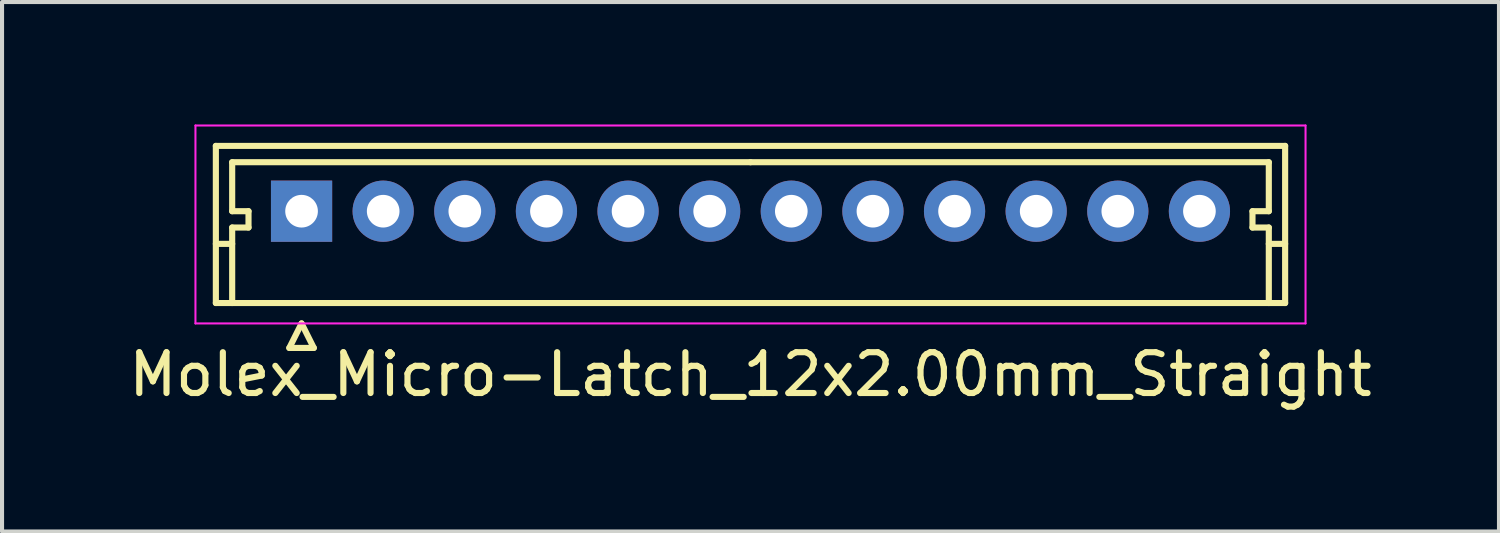
<source format=kicad_pcb>
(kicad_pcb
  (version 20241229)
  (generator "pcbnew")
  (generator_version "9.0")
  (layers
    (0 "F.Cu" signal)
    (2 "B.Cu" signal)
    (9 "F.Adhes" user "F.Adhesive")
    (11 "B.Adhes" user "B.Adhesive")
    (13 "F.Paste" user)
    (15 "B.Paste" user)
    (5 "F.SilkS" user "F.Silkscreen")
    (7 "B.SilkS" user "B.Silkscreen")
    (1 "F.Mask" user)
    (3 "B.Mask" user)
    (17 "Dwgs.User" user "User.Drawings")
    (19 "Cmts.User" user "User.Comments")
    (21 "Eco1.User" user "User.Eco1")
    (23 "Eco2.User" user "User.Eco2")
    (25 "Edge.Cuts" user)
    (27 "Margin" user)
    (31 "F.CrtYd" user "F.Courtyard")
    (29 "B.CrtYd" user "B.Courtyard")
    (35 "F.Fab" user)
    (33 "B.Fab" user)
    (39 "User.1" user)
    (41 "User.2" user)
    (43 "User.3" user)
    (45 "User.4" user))
  (footprint "Molex_Micro-Latch_12x2.00mm_Straight"
    (layer "F.Cu")
    (at 4.339 2.125)
    (property "Reference" "Molex_Micro-Latch_12x2.00mm_Straight" (at 11 4 0) (layer "F.SilkS") (effects (font (size 1 1) (thickness 0.15))))
    (attr through_hole)
    (fp_line (start -2.1 -1.6) (end -2.1 2.25) (stroke (width 0.15) (type solid)) (layer "F.SilkS"))
    (fp_line (start -2.1 0.8) (end -1.7 0.8) (stroke (width 0.15) (type solid)) (layer "F.SilkS"))
    (fp_line (start -2.1 2.25) (end 24.1 2.25) (stroke (width 0.15) (type solid)) (layer "F.SilkS"))
    (fp_line (start -1.7 -1.2) (end -1.7 0) (stroke (width 0.15) (type solid)) (layer "F.SilkS"))
    (fp_line (start -1.7 0) (end -1.3 0) (stroke (width 0.15) (type solid)) (layer "F.SilkS"))
    (fp_line (start -1.7 0.4) (end -1.7 2.25) (stroke (width 0.15) (type solid)) (layer "F.SilkS"))
    (fp_line (start -1.3 0) (end -1.3 0.4) (stroke (width 0.15) (type solid)) (layer "F.SilkS"))
    (fp_line (start -1.3 0.4) (end -1.7 0.4) (stroke (width 0.15) (type solid)) (layer "F.SilkS"))
    (fp_line (start -0.3 3.35) (end 0.3 3.35) (stroke (width 0.15) (type solid)) (layer "F.SilkS"))
    (fp_line (start 0 2.75) (end -0.3 3.35) (stroke (width 0.15) (type solid)) (layer "F.SilkS"))
    (fp_line (start 0.3 3.35) (end 0 2.75) (stroke (width 0.15) (type solid)) (layer "F.SilkS"))
    (fp_line (start 11 -1.2) (end -1.7 -1.2) (stroke (width 0.15) (type solid)) (layer "F.SilkS"))
    (fp_line (start 11 -1.2) (end 23.7 -1.2) (stroke (width 0.15) (type solid)) (layer "F.SilkS"))
    (fp_line (start 23.3 0) (end 23.3 0.4) (stroke (width 0.15) (type solid)) (layer "F.SilkS"))
    (fp_line (start 23.3 0.4) (end 23.7 0.4) (stroke (width 0.15) (type solid)) (layer "F.SilkS"))
    (fp_line (start 23.7 -1.2) (end 23.7 0) (stroke (width 0.15) (type solid)) (layer "F.SilkS"))
    (fp_line (start 23.7 0) (end 23.3 0) (stroke (width 0.15) (type solid)) (layer "F.SilkS"))
    (fp_line (start 23.7 0.4) (end 23.7 2.25) (stroke (width 0.15) (type solid)) (layer "F.SilkS"))
    (fp_line (start 24.1 -1.6) (end -2.1 -1.6) (stroke (width 0.15) (type solid)) (layer "F.SilkS"))
    (fp_line (start 24.1 0.8) (end 23.7 0.8) (stroke (width 0.15) (type solid)) (layer "F.SilkS"))
    (fp_line (start 24.1 2.25) (end 24.1 -1.6) (stroke (width 0.15) (type solid)) (layer "F.SilkS"))
    (fp_line (start -2.6 -2.1) (end -2.6 2.75) (stroke (width 0.05) (type solid)) (layer "F.CrtYd"))
    (fp_line (start -2.6 2.75) (end 24.6 2.75) (stroke (width 0.05) (type solid)) (layer "F.CrtYd"))
    (fp_line (start 24.6 -2.1) (end -2.6 -2.1) (stroke (width 0.05) (type solid)) (layer "F.CrtYd"))
    (fp_line (start 24.6 2.75) (end 24.6 -2.1) (stroke (width 0.05) (type solid)) (layer "F.CrtYd"))
    (pad "1" thru_hole rect (at 0 0) (size 1.5 1.5) (drill 0.8) (layers "*.Cu" "*.Mask"))
    (pad "2" thru_hole circle (at 2 0) (size 1.5 1.5) (drill 0.8) (layers "*.Cu" "*.Mask"))
    (pad "3" thru_hole circle (at 4 0) (size 1.5 1.5) (drill 0.8) (layers "*.Cu" "*.Mask"))
    (pad "4" thru_hole circle (at 6 0) (size 1.5 1.5) (drill 0.8) (layers "*.Cu" "*.Mask"))
    (pad "5" thru_hole circle (at 8 0) (size 1.5 1.5) (drill 0.8) (layers "*.Cu" "*.Mask"))
    (pad "6" thru_hole circle (at 10 0) (size 1.5 1.5) (drill 0.8) (layers "*.Cu" "*.Mask"))
    (pad "7" thru_hole circle (at 12 0) (size 1.5 1.5) (drill 0.8) (layers "*.Cu" "*.Mask"))
    (pad "8" thru_hole circle (at 14 0) (size 1.5 1.5) (drill 0.8) (layers "*.Cu" "*.Mask"))
    (pad "9" thru_hole circle (at 16 0) (size 1.5 1.5) (drill 0.8) (layers "*.Cu" "*.Mask"))
    (pad "10" thru_hole circle (at 18 0) (size 1.5 1.5) (drill 0.8) (layers "*.Cu" "*.Mask"))
    (pad "11" thru_hole circle (at 20 0) (size 1.5 1.5) (drill 0.8) (layers "*.Cu" "*.Mask"))
    (pad "12" thru_hole circle (at 22 0) (size 1.5 1.5) (drill 0.8) (layers "*.Cu" "*.Mask")))
  (gr_rect
    (start -3 -3)
    (end 33.679 9.973)
    (stroke (width 0.1) (type default))
    (fill no)
    (layer "Edge.Cuts")))
</source>
